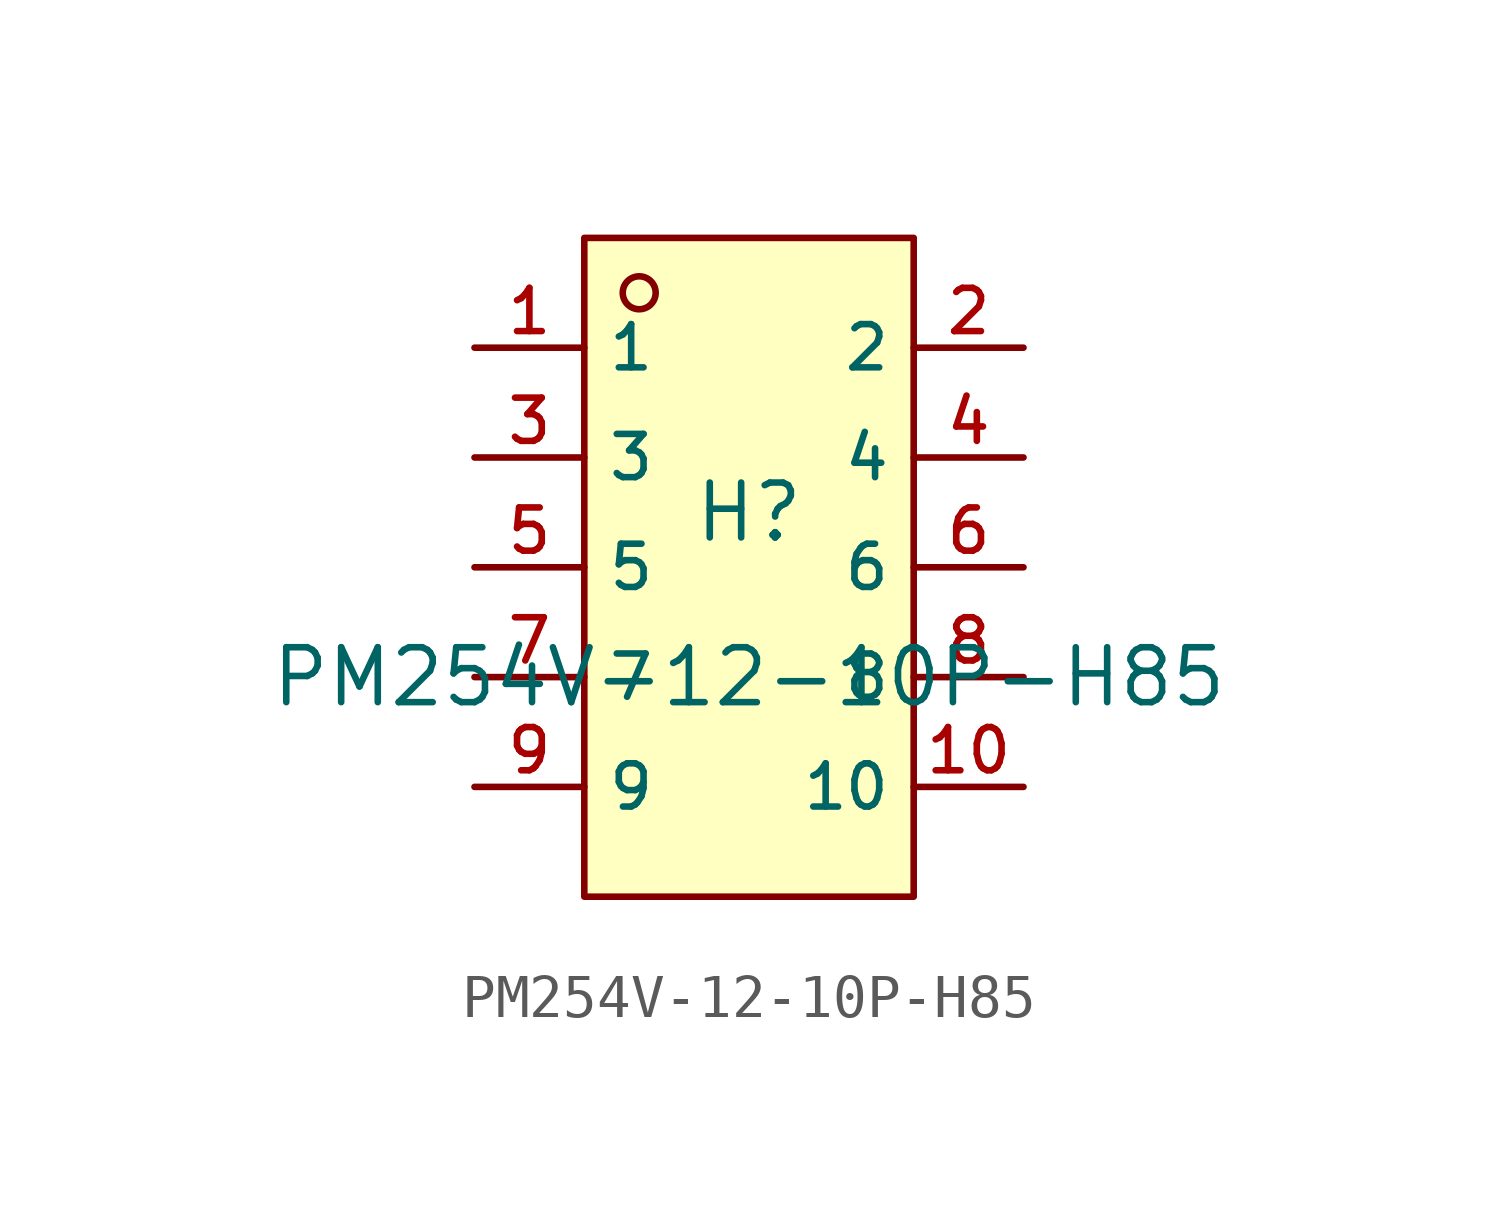
<source format=kicad_sym>
(kicad_symbol_lib
  (version 20210201)
  (generator TousstNicolas/JLC2KiCad_lib)
  (symbol "PM254V-12-10P-H85"
    (property "Reference" "H"
      (at 0 1.27 0)
      (effects (font (size 1.27 1.27))))
    (property "Value" "PM254V-12-10P-H85"
      (at 0 -2.54 0)
      (effects (font (size 1.27 1.27))))
    (symbol "PM254V-12-10P-H85_0_1"
      (rectangle (start -3.81 7.62) (end 3.81 -7.62) (stroke (width 0) (type default) (color 0 0 0 0)) (fill (type background)))
      (circle (center -2.54 6.35) (radius 0.381) (stroke (width 0) (type default) (color 0 0 0 0)) (fill (type background)))
      (pin unspecified line (at -6.35 5.08 0) (length 2.54) (name "1" (effects (font (size 1 1)))) (number "1" (effects (font (size 1 1)))))
      (pin unspecified line (at 6.35 -5.08 180) (length 2.54) (name "10" (effects (font (size 1 1)))) (number "10" (effects (font (size 1 1)))))
      (pin unspecified line (at -6.35 2.54 0) (length 2.54) (name "3" (effects (font (size 1 1)))) (number "3" (effects (font (size 1 1)))))
      (pin unspecified line (at 6.35 -2.54 180) (length 2.54) (name "8" (effects (font (size 1 1)))) (number "8" (effects (font (size 1 1)))))
      (pin unspecified line (at -6.35 -0.0 0) (length 2.54) (name "5" (effects (font (size 1 1)))) (number "5" (effects (font (size 1 1)))))
      (pin unspecified line (at 6.35 -0.0 180) (length 2.54) (name "6" (effects (font (size 1 1)))) (number "6" (effects (font (size 1 1)))))
      (pin unspecified line (at -6.35 -2.54 0) (length 2.54) (name "7" (effects (font (size 1 1)))) (number "7" (effects (font (size 1 1)))))
      (pin unspecified line (at 6.35 2.54 180) (length 2.54) (name "4" (effects (font (size 1 1)))) (number "4" (effects (font (size 1 1)))))
      (pin unspecified line (at -6.35 -5.08 0) (length 2.54) (name "9" (effects (font (size 1 1)))) (number "9" (effects (font (size 1 1)))))
      (pin unspecified line (at 6.35 5.08 180) (length 2.54) (name "2" (effects (font (size 1 1)))) (number "2" (effects (font (size 1 1))))))))
</source>
